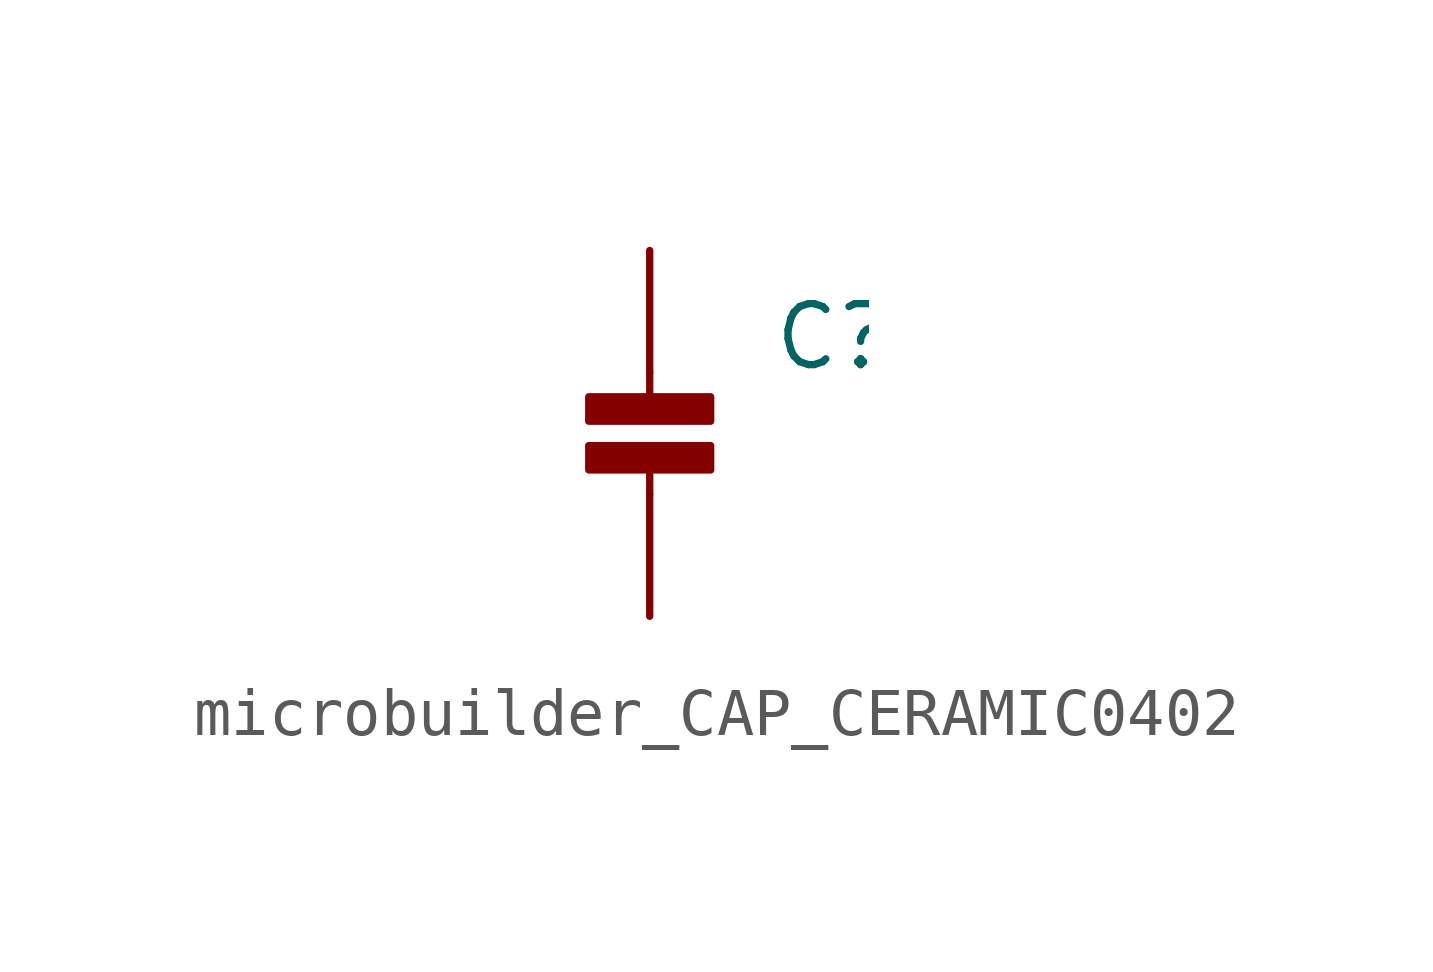
<source format=kicad_sym>
(kicad_symbol_lib
  (version 20220914)
  (generator kicad_symbol_editor)
  (symbol "microbuilder_CAP_CERAMIC0402"
    (property "Reference" "C"
      (at 2.54 2.54 0)
      (effects (font (size 1.27 1.27)) (justify left bottom)))
    (property "Value" ""
      (at 2.54 0 0)
      (effects (font (size 1.27 1.27)) (justify left bottom)))
    (property "ki_locked" ""
      (at 0 0 0)
      (effects (font (size 1.27 1.27))))
    (symbol "microbuilder_CAP_CERAMIC0402_1_0"
      (rectangle (start -1.27 0.508) (end 1.27 1.016) (stroke (width 0) (type default)) (fill (type outline)))
      (rectangle (start -1.27 1.524) (end 1.27 2.032) (stroke (width 0) (type default)) (fill (type outline)))
      (polyline (pts (xy 0 0.762) (xy 0 0)) (stroke (width 0.152) (type solid)) (fill (type none)))
      (polyline (pts (xy 0 2.54) (xy 0 1.778)) (stroke (width 0.152) (type solid)) (fill (type none)))
      (pin passive line (at 0 5.08 270) (length 2.54) (name "P$1" (effects (font (size 0 0)))) (number "1" (effects (font (size 0 0)))))
      (pin passive line (at 0 -2.54 90) (length 2.54) (name "P$2" (effects (font (size 0 0)))) (number "2" (effects (font (size 0 0))))))))
</source>
